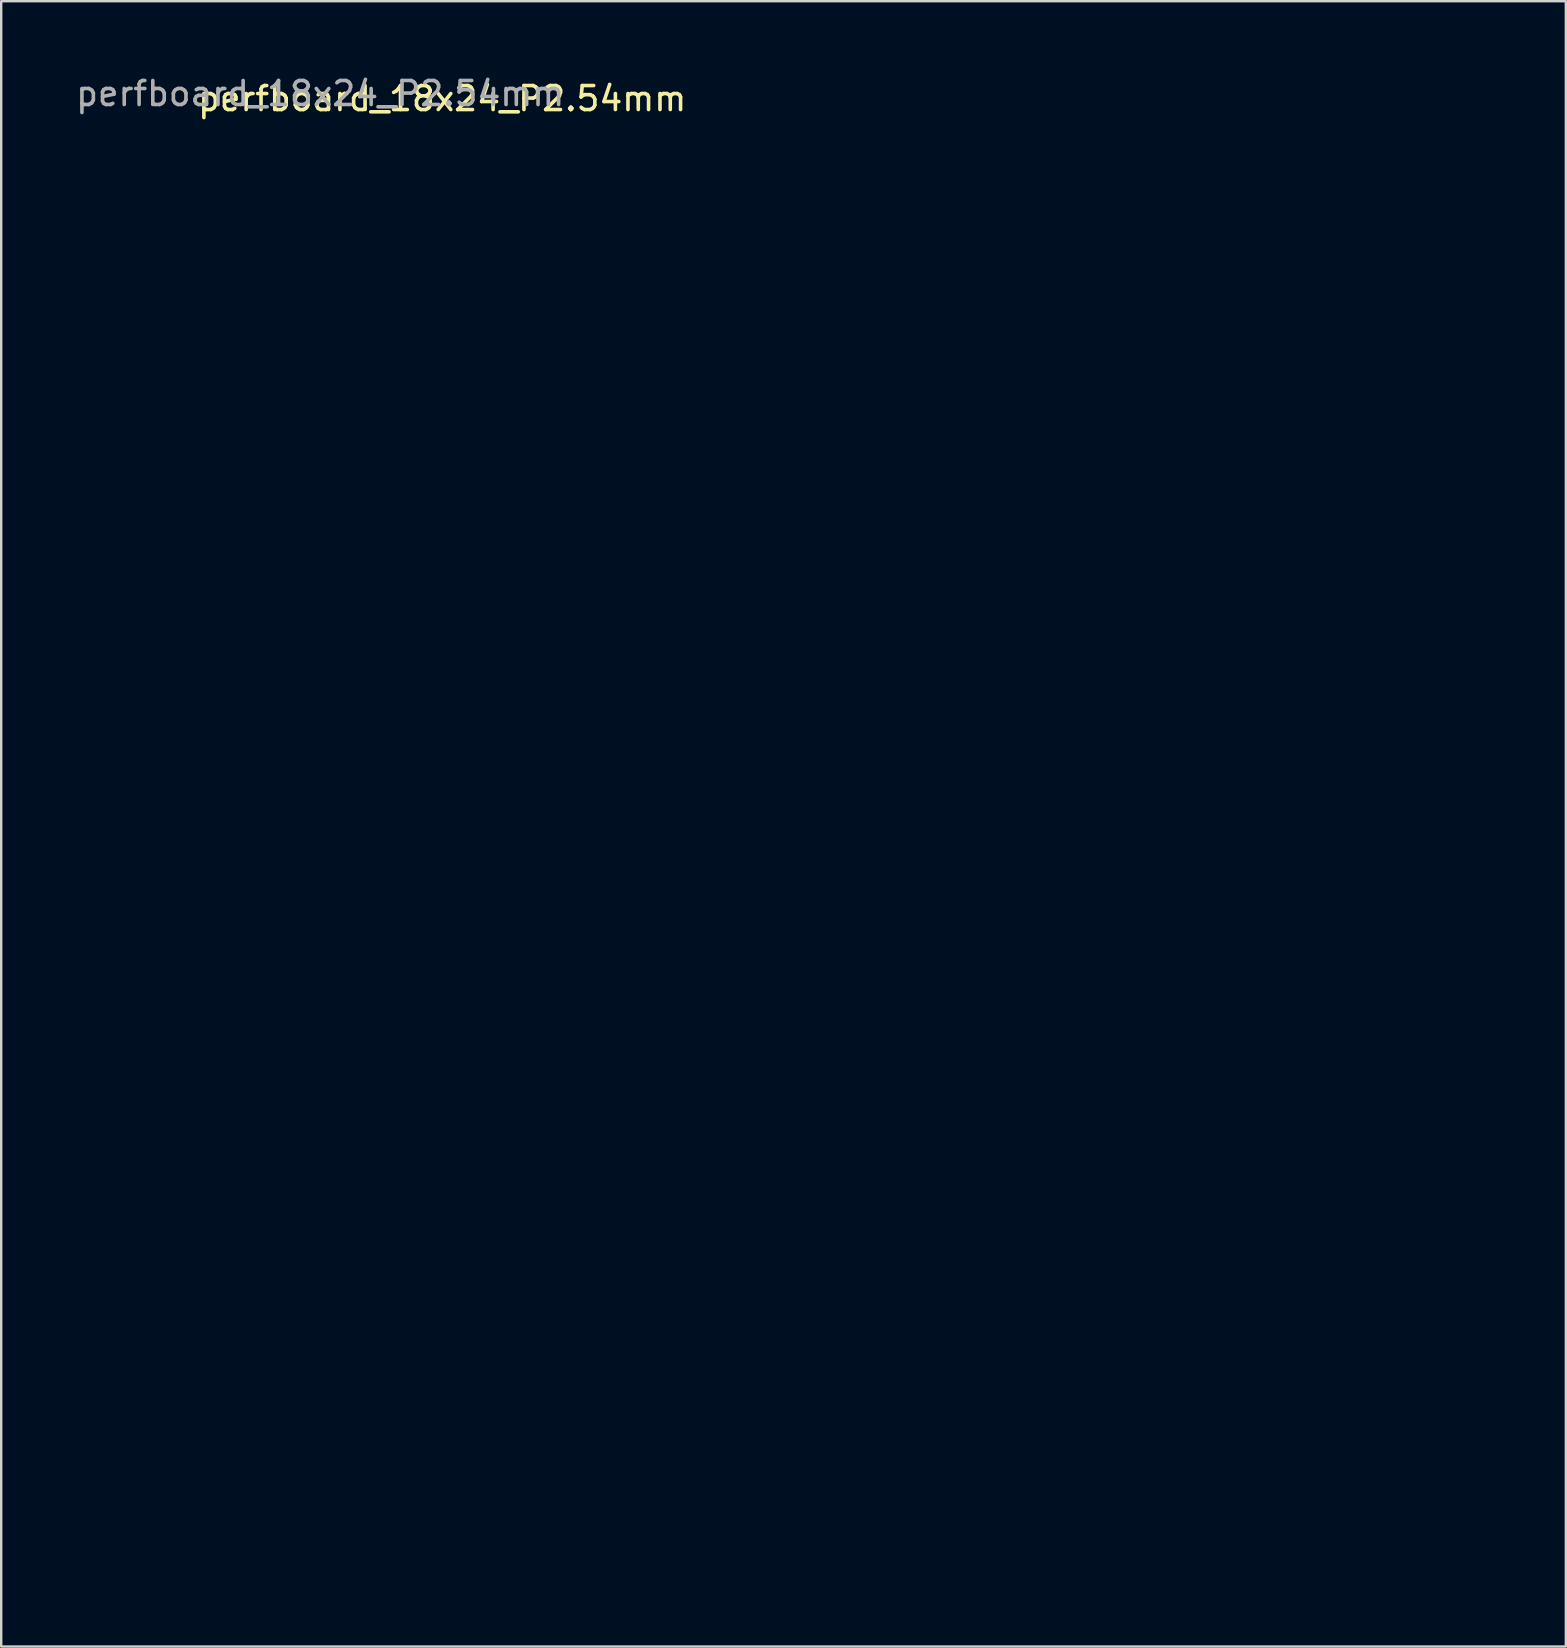
<source format=kicad_pcb>
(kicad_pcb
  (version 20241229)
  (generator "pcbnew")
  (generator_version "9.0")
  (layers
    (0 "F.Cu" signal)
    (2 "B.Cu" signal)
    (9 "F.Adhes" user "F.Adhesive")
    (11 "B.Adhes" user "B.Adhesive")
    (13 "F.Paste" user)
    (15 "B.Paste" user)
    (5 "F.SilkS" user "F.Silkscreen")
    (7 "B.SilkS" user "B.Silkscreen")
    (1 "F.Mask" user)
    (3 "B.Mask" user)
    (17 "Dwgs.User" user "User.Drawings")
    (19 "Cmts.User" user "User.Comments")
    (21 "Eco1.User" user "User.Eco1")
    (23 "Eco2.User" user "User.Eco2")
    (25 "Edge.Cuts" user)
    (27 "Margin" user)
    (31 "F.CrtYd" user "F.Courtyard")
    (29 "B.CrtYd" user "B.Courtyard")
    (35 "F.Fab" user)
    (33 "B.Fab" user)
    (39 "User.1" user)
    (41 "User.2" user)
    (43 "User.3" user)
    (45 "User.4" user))
  (footprint "perfboard_18x24_P2.54mm"
    (layer "F.Cu")
    (at 15.372 3.388)
    (property "Reference" "perfboard_18x24_P2.54mm" (at 0 -2.33 0) (layer "F.SilkS") (effects (font (size 1 1) (thickness 0.15))))
    (attr through_hole)
    (fp_circle (center -0.045 55.873) (end 0.463 55.619) (stroke (width 0.12) (type solid)) (fill no) (layer "User.9"))
    (fp_circle (center -0.045 58.406) (end 0.463 58.152) (stroke (width 0.12) (type solid)) (fill no) (layer "User.9"))
    (fp_circle (center -0.000193 27.939) (end 0.508 27.685) (stroke (width 0.12) (type solid)) (fill no) (layer "User.9"))
    (fp_circle (center -0.000193 30.48) (end 0.508 30.226) (stroke (width 0.12) (type solid)) (fill no) (layer "User.9"))
    (fp_circle (center -0.000193 33.02) (end 0.508 32.766) (stroke (width 0.12) (type solid)) (fill no) (layer "User.9"))
    (fp_circle (center -0.000193 35.56) (end 0.508 35.306) (stroke (width 0.12) (type solid)) (fill no) (layer "User.9"))
    (fp_circle (center -0.000193 38.035) (end 0.508 37.781) (stroke (width 0.12) (type solid)) (fill no) (layer "User.9"))
    (fp_circle (center -0.000193 40.575) (end 0.508 40.321) (stroke (width 0.12) (type solid)) (fill no) (layer "User.9"))
    (fp_circle (center -0.000193 43.115) (end 0.508 42.861) (stroke (width 0.12) (type solid)) (fill no) (layer "User.9"))
    (fp_circle (center -0.000193 48.196) (end 0.508 47.942) (stroke (width 0.12) (type solid)) (fill no) (layer "User.9"))
    (fp_circle (center -0.000193 50.736) (end 0.508 50.482) (stroke (width 0.12) (type solid)) (fill no) (layer "User.9"))
    (fp_circle (center 0 0) (end 0.508 -0.254) (stroke (width 0.12) (type solid)) (fill no) (layer "User.9"))
    (fp_circle (center 0 2.54) (end 0.508 2.286) (stroke (width 0.12) (type solid)) (fill no) (layer "User.9"))
    (fp_circle (center 0 5.07) (end 0.508 4.816) (stroke (width 0.12) (type solid)) (fill no) (layer "User.9"))
    (fp_circle (center 0 7.615) (end 0.508 7.361) (stroke (width 0.12) (type solid)) (fill no) (layer "User.9"))
    (fp_circle (center 0 10.159) (end 0.508 9.905) (stroke (width 0.12) (type solid)) (fill no) (layer "User.9"))
    (fp_circle (center 0 12.672) (end 0.508 12.418) (stroke (width 0.12) (type solid)) (fill no) (layer "User.9"))
    (fp_circle (center 0 15.24) (end 0.508 14.986) (stroke (width 0.12) (type solid)) (fill no) (layer "User.9"))
    (fp_circle (center 0 17.749) (end 0.508 17.495) (stroke (width 0.12) (type solid)) (fill no) (layer "User.9"))
    (fp_circle (center 0 20.293) (end 0.508 20.039) (stroke (width 0.12) (type solid)) (fill no) (layer "User.9"))
    (fp_circle (center 0 22.837) (end 0.508 22.583) (stroke (width 0.12) (type solid)) (fill no) (layer "User.9"))
    (fp_circle (center 0 25.381) (end 0.508 25.127) (stroke (width 0.12) (type solid)) (fill no) (layer "User.9"))
    (fp_circle (center 0 45.72) (end 0.508 45.466) (stroke (width 0.12) (type solid)) (fill no) (layer "User.9"))
    (fp_circle (center 0 53.34) (end 0.508 53.086) (stroke (width 0.12) (type solid)) (fill no) (layer "User.9"))
    (fp_circle (center 2.495 55.873) (end 3.003 55.619) (stroke (width 0.12) (type solid)) (fill no) (layer "User.9"))
    (fp_circle (center 2.495 58.406) (end 3.003 58.152) (stroke (width 0.12) (type solid)) (fill no) (layer "User.9"))
    (fp_circle (center 2.54 27.94) (end 3.048 27.686) (stroke (width 0.12) (type solid)) (fill no) (layer "User.9"))
    (fp_circle (center 2.54 30.48) (end 3.048 30.226) (stroke (width 0.12) (type solid)) (fill no) (layer "User.9"))
    (fp_circle (center 2.54 33.02) (end 3.048 32.766) (stroke (width 0.12) (type solid)) (fill no) (layer "User.9"))
    (fp_circle (center 2.54 35.56) (end 3.048 35.306) (stroke (width 0.12) (type solid)) (fill no) (layer "User.9"))
    (fp_circle (center 2.54 38.035) (end 3.048 37.781) (stroke (width 0.12) (type solid)) (fill no) (layer "User.9"))
    (fp_circle (center 2.54 40.576) (end 3.048 40.322) (stroke (width 0.12) (type solid)) (fill no) (layer "User.9"))
    (fp_circle (center 2.54 43.116) (end 3.048 42.862) (stroke (width 0.12) (type solid)) (fill no) (layer "User.9"))
    (fp_circle (center 2.54 48.196) (end 3.048 47.942) (stroke (width 0.12) (type solid)) (fill no) (layer "User.9"))
    (fp_circle (center 2.54 50.736) (end 3.048 50.482) (stroke (width 0.12) (type solid)) (fill no) (layer "User.9"))
    (fp_circle (center 2.54 0.000387) (end 3.048 -0.254) (stroke (width 0.12) (type solid)) (fill no) (layer "User.9"))
    (fp_circle (center 2.54 2.54) (end 3.048 2.286) (stroke (width 0.12) (type solid)) (fill no) (layer "User.9"))
    (fp_circle (center 2.54 5.071) (end 3.048 4.817) (stroke (width 0.12) (type solid)) (fill no) (layer "User.9"))
    (fp_circle (center 2.54 7.615) (end 3.048 7.361) (stroke (width 0.12) (type solid)) (fill no) (layer "User.9"))
    (fp_circle (center 2.54 10.159) (end 3.048 9.905) (stroke (width 0.12) (type solid)) (fill no) (layer "User.9"))
    (fp_circle (center 2.54 12.672) (end 3.048 12.418) (stroke (width 0.12) (type solid)) (fill no) (layer "User.9"))
    (fp_circle (center 2.54 15.24) (end 3.048 14.986) (stroke (width 0.12) (type solid)) (fill no) (layer "User.9"))
    (fp_circle (center 2.54 17.749) (end 3.048 17.495) (stroke (width 0.12) (type solid)) (fill no) (layer "User.9"))
    (fp_circle (center 2.54 20.293) (end 3.048 20.039) (stroke (width 0.12) (type solid)) (fill no) (layer "User.9"))
    (fp_circle (center 2.54 22.838) (end 3.048 22.584) (stroke (width 0.12) (type solid)) (fill no) (layer "User.9"))
    (fp_circle (center 2.54 25.382) (end 3.048 25.128) (stroke (width 0.12) (type solid)) (fill no) (layer "User.9"))
    (fp_circle (center 2.54 45.72) (end 3.048 45.466) (stroke (width 0.12) (type solid)) (fill no) (layer "User.9"))
    (fp_circle (center 2.54 53.34) (end 3.048 53.086) (stroke (width 0.12) (type solid)) (fill no) (layer "User.9"))
    (fp_circle (center 4.949 55.873) (end 5.457 55.619) (stroke (width 0.12) (type solid)) (fill no) (layer "User.9"))
    (fp_circle (center 4.949 58.406) (end 5.457 58.152) (stroke (width 0.12) (type solid)) (fill no) (layer "User.9"))
    (fp_circle (center 4.994 27.94) (end 5.502 27.686) (stroke (width 0.12) (type solid)) (fill no) (layer "User.9"))
    (fp_circle (center 4.994 30.48) (end 5.502 30.226) (stroke (width 0.12) (type solid)) (fill no) (layer "User.9"))
    (fp_circle (center 4.994 33.02) (end 5.502 32.766) (stroke (width 0.12) (type solid)) (fill no) (layer "User.9"))
    (fp_circle (center 4.994 35.56) (end 5.502 35.306) (stroke (width 0.12) (type solid)) (fill no) (layer "User.9"))
    (fp_circle (center 4.994 38.035) (end 5.502 37.781) (stroke (width 0.12) (type solid)) (fill no) (layer "User.9"))
    (fp_circle (center 4.994 40.576) (end 5.502 40.322) (stroke (width 0.12) (type solid)) (fill no) (layer "User.9"))
    (fp_circle (center 4.994 43.116) (end 5.502 42.862) (stroke (width 0.12) (type solid)) (fill no) (layer "User.9"))
    (fp_circle (center 4.994 48.196) (end 5.502 47.942) (stroke (width 0.12) (type solid)) (fill no) (layer "User.9"))
    (fp_circle (center 4.994 50.736) (end 5.502 50.482) (stroke (width 0.12) (type solid)) (fill no) (layer "User.9"))
    (fp_circle (center 4.994 0.000386) (end 5.502 -0.254) (stroke (width 0.12) (type solid)) (fill no) (layer "User.9"))
    (fp_circle (center 4.994 2.54) (end 5.502 2.286) (stroke (width 0.12) (type solid)) (fill no) (layer "User.9"))
    (fp_circle (center 4.994 5.071) (end 5.502 4.817) (stroke (width 0.12) (type solid)) (fill no) (layer "User.9"))
    (fp_circle (center 4.994 7.615) (end 5.502 7.361) (stroke (width 0.12) (type solid)) (fill no) (layer "User.9"))
    (fp_circle (center 4.994 10.159) (end 5.502 9.905) (stroke (width 0.12) (type solid)) (fill no) (layer "User.9"))
    (fp_circle (center 4.994 12.672) (end 5.502 12.418) (stroke (width 0.12) (type solid)) (fill no) (layer "User.9"))
    (fp_circle (center 4.994 15.24) (end 5.502 14.986) (stroke (width 0.12) (type solid)) (fill no) (layer "User.9"))
    (fp_circle (center 4.994 17.749) (end 5.502 17.495) (stroke (width 0.12) (type solid)) (fill no) (layer "User.9"))
    (fp_circle (center 4.994 20.293) (end 5.502 20.039) (stroke (width 0.12) (type solid)) (fill no) (layer "User.9"))
    (fp_circle (center 4.994 22.838) (end 5.502 22.584) (stroke (width 0.12) (type solid)) (fill no) (layer "User.9"))
    (fp_circle (center 4.994 25.382) (end 5.502 25.128) (stroke (width 0.12) (type solid)) (fill no) (layer "User.9"))
    (fp_circle (center 4.994 45.72) (end 5.502 45.466) (stroke (width 0.12) (type solid)) (fill no) (layer "User.9"))
    (fp_circle (center 4.994 53.34) (end 5.502 53.086) (stroke (width 0.12) (type solid)) (fill no) (layer "User.9"))
    (fp_circle (center 7.575 55.873) (end 8.083 55.619) (stroke (width 0.12) (type solid)) (fill no) (layer "User.9"))
    (fp_circle (center 7.575 58.406) (end 8.083 58.152) (stroke (width 0.12) (type solid)) (fill no) (layer "User.9"))
    (fp_circle (center 7.62 27.94) (end 8.128 27.686) (stroke (width 0.12) (type solid)) (fill no) (layer "User.9"))
    (fp_circle (center 7.62 30.48) (end 8.128 30.226) (stroke (width 0.12) (type solid)) (fill no) (layer "User.9"))
    (fp_circle (center 7.62 33.02) (end 8.128 32.766) (stroke (width 0.12) (type solid)) (fill no) (layer "User.9"))
    (fp_circle (center 7.62 35.56) (end 8.128 35.306) (stroke (width 0.12) (type solid)) (fill no) (layer "User.9"))
    (fp_circle (center 7.62 38.035) (end 8.128 37.781) (stroke (width 0.12) (type solid)) (fill no) (layer "User.9"))
    (fp_circle (center 7.62 40.576) (end 8.128 40.322) (stroke (width 0.12) (type solid)) (fill no) (layer "User.9"))
    (fp_circle (center 7.62 43.116) (end 8.128 42.862) (stroke (width 0.12) (type solid)) (fill no) (layer "User.9"))
    (fp_circle (center 7.62 48.196) (end 8.128 47.942) (stroke (width 0.12) (type solid)) (fill no) (layer "User.9"))
    (fp_circle (center 7.62 50.736) (end 8.128 50.482) (stroke (width 0.12) (type solid)) (fill no) (layer "User.9"))
    (fp_circle (center 7.62 0.000386) (end 8.128 -0.254) (stroke (width 0.12) (type solid)) (fill no) (layer "User.9"))
    (fp_circle (center 7.62 2.54) (end 8.128 2.286) (stroke (width 0.12) (type solid)) (fill no) (layer "User.9"))
    (fp_circle (center 7.62 5.071) (end 8.128 4.817) (stroke (width 0.12) (type solid)) (fill no) (layer "User.9"))
    (fp_circle (center 7.62 7.615) (end 8.128 7.361) (stroke (width 0.12) (type solid)) (fill no) (layer "User.9"))
    (fp_circle (center 7.62 10.159) (end 8.128 9.905) (stroke (width 0.12) (type solid)) (fill no) (layer "User.9"))
    (fp_circle (center 7.62 12.672) (end 8.128 12.418) (stroke (width 0.12) (type solid)) (fill no) (layer "User.9"))
    (fp_circle (center 7.62 15.24) (end 8.128 14.986) (stroke (width 0.12) (type solid)) (fill no) (layer "User.9"))
    (fp_circle (center 7.62 17.749) (end 8.128 17.495) (stroke (width 0.12) (type solid)) (fill no) (layer "User.9"))
    (fp_circle (center 7.62 20.293) (end 8.128 20.039) (stroke (width 0.12) (type solid)) (fill no) (layer "User.9"))
    (fp_circle (center 7.62 22.838) (end 8.128 22.584) (stroke (width 0.12) (type solid)) (fill no) (layer "User.9"))
    (fp_circle (center 7.62 25.382) (end 8.128 25.128) (stroke (width 0.12) (type solid)) (fill no) (layer "User.9"))
    (fp_circle (center 7.62 45.72) (end 8.128 45.466) (stroke (width 0.12) (type solid)) (fill no) (layer "User.9"))
    (fp_circle (center 7.62 53.34) (end 8.128 53.086) (stroke (width 0.12) (type solid)) (fill no) (layer "User.9"))
    (fp_circle (center 10.115 55.873) (end 10.623 55.619) (stroke (width 0.12) (type solid)) (fill no) (layer "User.9"))
    (fp_circle (center 10.115 58.406) (end 10.623 58.152) (stroke (width 0.12) (type solid)) (fill no) (layer "User.9"))
    (fp_circle (center 10.16 27.94) (end 10.668 27.686) (stroke (width 0.12) (type solid)) (fill no) (layer "User.9"))
    (fp_circle (center 10.16 30.48) (end 10.668 30.226) (stroke (width 0.12) (type solid)) (fill no) (layer "User.9"))
    (fp_circle (center 10.16 33.02) (end 10.668 32.766) (stroke (width 0.12) (type solid)) (fill no) (layer "User.9"))
    (fp_circle (center 10.16 35.56) (end 10.668 35.306) (stroke (width 0.12) (type solid)) (fill no) (layer "User.9"))
    (fp_circle (center 10.16 38.035) (end 10.668 37.781) (stroke (width 0.12) (type solid)) (fill no) (layer "User.9"))
    (fp_circle (center 10.16 40.576) (end 10.668 40.322) (stroke (width 0.12) (type solid)) (fill no) (layer "User.9"))
    (fp_circle (center 10.16 43.116) (end 10.668 42.862) (stroke (width 0.12) (type solid)) (fill no) (layer "User.9"))
    (fp_circle (center 10.16 48.196) (end 10.668 47.942) (stroke (width 0.12) (type solid)) (fill no) (layer "User.9"))
    (fp_circle (center 10.16 50.736) (end 10.668 50.482) (stroke (width 0.12) (type solid)) (fill no) (layer "User.9"))
    (fp_circle (center 10.16 0.000386) (end 10.668 -0.254) (stroke (width 0.12) (type solid)) (fill no) (layer "User.9"))
    (fp_circle (center 10.16 2.54) (end 10.668 2.286) (stroke (width 0.12) (type solid)) (fill no) (layer "User.9"))
    (fp_circle (center 10.16 5.071) (end 10.668 4.817) (stroke (width 0.12) (type solid)) (fill no) (layer "User.9"))
    (fp_circle (center 10.16 7.615) (end 10.668 7.361) (stroke (width 0.12) (type solid)) (fill no) (layer "User.9"))
    (fp_circle (center 10.16 10.159) (end 10.668 9.905) (stroke (width 0.12) (type solid)) (fill no) (layer "User.9"))
    (fp_circle (center 10.16 12.672) (end 10.668 12.418) (stroke (width 0.12) (type solid)) (fill no) (layer "User.9"))
    (fp_circle (center 10.16 15.24) (end 10.668 14.986) (stroke (width 0.12) (type solid)) (fill no) (layer "User.9"))
    (fp_circle (center 10.16 17.749) (end 10.668 17.495) (stroke (width 0.12) (type solid)) (fill no) (layer "User.9"))
    (fp_circle (center 10.16 20.293) (end 10.668 20.039) (stroke (width 0.12) (type solid)) (fill no) (layer "User.9"))
    (fp_circle (center 10.16 22.838) (end 10.668 22.584) (stroke (width 0.12) (type solid)) (fill no) (layer "User.9"))
    (fp_circle (center 10.16 25.382) (end 10.668 25.128) (stroke (width 0.12) (type solid)) (fill no) (layer "User.9"))
    (fp_circle (center 10.16 45.72) (end 10.668 45.466) (stroke (width 0.12) (type solid)) (fill no) (layer "User.9"))
    (fp_circle (center 10.16 53.34) (end 10.668 53.086) (stroke (width 0.12) (type solid)) (fill no) (layer "User.9"))
    (fp_circle (center 12.655 55.873) (end 13.163 55.619) (stroke (width 0.12) (type solid)) (fill no) (layer "User.9"))
    (fp_circle (center 12.655 58.406) (end 13.163 58.152) (stroke (width 0.12) (type solid)) (fill no) (layer "User.9"))
    (fp_circle (center 12.7 27.94) (end 13.208 27.686) (stroke (width 0.12) (type solid)) (fill no) (layer "User.9"))
    (fp_circle (center 12.7 30.48) (end 13.208 30.226) (stroke (width 0.12) (type solid)) (fill no) (layer "User.9"))
    (fp_circle (center 12.7 33.02) (end 13.208 32.766) (stroke (width 0.12) (type solid)) (fill no) (layer "User.9"))
    (fp_circle (center 12.7 35.56) (end 13.208 35.306) (stroke (width 0.12) (type solid)) (fill no) (layer "User.9"))
    (fp_circle (center 12.7 38.035) (end 13.208 37.781) (stroke (width 0.12) (type solid)) (fill no) (layer "User.9"))
    (fp_circle (center 12.7 40.576) (end 13.208 40.322) (stroke (width 0.12) (type solid)) (fill no) (layer "User.9"))
    (fp_circle (center 12.7 43.116) (end 13.208 42.862) (stroke (width 0.12) (type solid)) (fill no) (layer "User.9"))
    (fp_circle (center 12.7 48.196) (end 13.208 47.942) (stroke (width 0.12) (type solid)) (fill no) (layer "User.9"))
    (fp_circle (center 12.7 50.736) (end 13.208 50.482) (stroke (width 0.12) (type solid)) (fill no) (layer "User.9"))
    (fp_circle (center 12.7 0.000386) (end 13.208 -0.254) (stroke (width 0.12) (type solid)) (fill no) (layer "User.9"))
    (fp_circle (center 12.7 2.54) (end 13.208 2.286) (stroke (width 0.12) (type solid)) (fill no) (layer "User.9"))
    (fp_circle (center 12.7 5.071) (end 13.208 4.817) (stroke (width 0.12) (type solid)) (fill no) (layer "User.9"))
    (fp_circle (center 12.7 7.615) (end 13.208 7.361) (stroke (width 0.12) (type solid)) (fill no) (layer "User.9"))
    (fp_circle (center 12.7 10.159) (end 13.208 9.905) (stroke (width 0.12) (type solid)) (fill no) (layer "User.9"))
    (fp_circle (center 12.7 12.672) (end 13.208 12.418) (stroke (width 0.12) (type solid)) (fill no) (layer "User.9"))
    (fp_circle (center 12.7 15.24) (end 13.208 14.986) (stroke (width 0.12) (type solid)) (fill no) (layer "User.9"))
    (fp_circle (center 12.7 17.749) (end 13.208 17.495) (stroke (width 0.12) (type solid)) (fill no) (layer "User.9"))
    (fp_circle (center 12.7 20.293) (end 13.208 20.039) (stroke (width 0.12) (type solid)) (fill no) (layer "User.9"))
    (fp_circle (center 12.7 22.838) (end 13.208 22.584) (stroke (width 0.12) (type solid)) (fill no) (layer "User.9"))
    (fp_circle (center 12.7 25.382) (end 13.208 25.128) (stroke (width 0.12) (type solid)) (fill no) (layer "User.9"))
    (fp_circle (center 12.7 45.72) (end 13.208 45.466) (stroke (width 0.12) (type solid)) (fill no) (layer "User.9"))
    (fp_circle (center 12.7 53.34) (end 13.208 53.086) (stroke (width 0.12) (type solid)) (fill no) (layer "User.9"))
    (fp_circle (center 15.195 55.873) (end 15.703 55.619) (stroke (width 0.12) (type solid)) (fill no) (layer "User.9"))
    (fp_circle (center 15.195 58.406) (end 15.703 58.152) (stroke (width 0.12) (type solid)) (fill no) (layer "User.9"))
    (fp_circle (center 15.24 27.94) (end 15.748 27.686) (stroke (width 0.12) (type solid)) (fill no) (layer "User.9"))
    (fp_circle (center 15.24 30.48) (end 15.748 30.226) (stroke (width 0.12) (type solid)) (fill no) (layer "User.9"))
    (fp_circle (center 15.24 33.02) (end 15.748 32.766) (stroke (width 0.12) (type solid)) (fill no) (layer "User.9"))
    (fp_circle (center 15.24 35.56) (end 15.748 35.306) (stroke (width 0.12) (type solid)) (fill no) (layer "User.9"))
    (fp_circle (center 15.24 38.035) (end 15.748 37.781) (stroke (width 0.12) (type solid)) (fill no) (layer "User.9"))
    (fp_circle (center 15.24 40.576) (end 15.748 40.322) (stroke (width 0.12) (type solid)) (fill no) (layer "User.9"))
    (fp_circle (center 15.24 43.116) (end 15.748 42.862) (stroke (width 0.12) (type solid)) (fill no) (layer "User.9"))
    (fp_circle (center 15.24 48.196) (end 15.748 47.942) (stroke (width 0.12) (type solid)) (fill no) (layer "User.9"))
    (fp_circle (center 15.24 50.736) (end 15.748 50.482) (stroke (width 0.12) (type solid)) (fill no) (layer "User.9"))
    (fp_circle (center 15.24 0.000386) (end 15.748 -0.254) (stroke (width 0.12) (type solid)) (fill no) (layer "User.9"))
    (fp_circle (center 15.24 2.54) (end 15.748 2.286) (stroke (width 0.12) (type solid)) (fill no) (layer "User.9"))
    (fp_circle (center 15.24 5.071) (end 15.748 4.817) (stroke (width 0.12) (type solid)) (fill no) (layer "User.9"))
    (fp_circle (center 15.24 7.615) (end 15.748 7.361) (stroke (width 0.12) (type solid)) (fill no) (layer "User.9"))
    (fp_circle (center 15.24 10.159) (end 15.748 9.905) (stroke (width 0.12) (type solid)) (fill no) (layer "User.9"))
    (fp_circle (center 15.24 12.672) (end 15.748 12.418) (stroke (width 0.12) (type solid)) (fill no) (layer "User.9"))
    (fp_circle (center 15.24 15.24) (end 15.748 14.986) (stroke (width 0.12) (type solid)) (fill no) (layer "User.9"))
    (fp_circle (center 15.24 17.749) (end 15.748 17.495) (stroke (width 0.12) (type solid)) (fill no) (layer "User.9"))
    (fp_circle (center 15.24 20.293) (end 15.748 20.039) (stroke (width 0.12) (type solid)) (fill no) (layer "User.9"))
    (fp_circle (center 15.24 22.838) (end 15.748 22.584) (stroke (width 0.12) (type solid)) (fill no) (layer "User.9"))
    (fp_circle (center 15.24 25.382) (end 15.748 25.128) (stroke (width 0.12) (type solid)) (fill no) (layer "User.9"))
    (fp_circle (center 15.24 45.72) (end 15.748 45.466) (stroke (width 0.12) (type solid)) (fill no) (layer "User.9"))
    (fp_circle (center 15.24 53.34) (end 15.748 53.086) (stroke (width 0.12) (type solid)) (fill no) (layer "User.9"))
    (fp_circle (center 17.735 55.873) (end 18.243 55.619) (stroke (width 0.12) (type solid)) (fill no) (layer "User.9"))
    (fp_circle (center 17.735 58.406) (end 18.243 58.152) (stroke (width 0.12) (type solid)) (fill no) (layer "User.9"))
    (fp_circle (center 17.78 27.94) (end 18.288 27.686) (stroke (width 0.12) (type solid)) (fill no) (layer "User.9"))
    (fp_circle (center 17.78 30.48) (end 18.288 30.226) (stroke (width 0.12) (type solid)) (fill no) (layer "User.9"))
    (fp_circle (center 17.78 33.02) (end 18.288 32.766) (stroke (width 0.12) (type solid)) (fill no) (layer "User.9"))
    (fp_circle (center 17.78 35.56) (end 18.288 35.306) (stroke (width 0.12) (type solid)) (fill no) (layer "User.9"))
    (fp_circle (center 17.78 38.035) (end 18.288 37.781) (stroke (width 0.12) (type solid)) (fill no) (layer "User.9"))
    (fp_circle (center 17.78 40.576) (end 18.288 40.322) (stroke (width 0.12) (type solid)) (fill no) (layer "User.9"))
    (fp_circle (center 17.78 43.116) (end 18.288 42.862) (stroke (width 0.12) (type solid)) (fill no) (layer "User.9"))
    (fp_circle (center 17.78 48.196) (end 18.288 47.942) (stroke (width 0.12) (type solid)) (fill no) (layer "User.9"))
    (fp_circle (center 17.78 50.736) (end 18.288 50.482) (stroke (width 0.12) (type solid)) (fill no) (layer "User.9"))
    (fp_circle (center 17.78 0.000386) (end 18.288 -0.254) (stroke (width 0.12) (type solid)) (fill no) (layer "User.9"))
    (fp_circle (center 17.78 2.54) (end 18.288 2.286) (stroke (width 0.12) (type solid)) (fill no) (layer "User.9"))
    (fp_circle (center 17.78 5.071) (end 18.288 4.817) (stroke (width 0.12) (type solid)) (fill no) (layer "User.9"))
    (fp_circle (center 17.78 7.615) (end 18.288 7.361) (stroke (width 0.12) (type solid)) (fill no) (layer "User.9"))
    (fp_circle (center 17.78 10.159) (end 18.288 9.905) (stroke (width 0.12) (type solid)) (fill no) (layer "User.9"))
    (fp_circle (center 17.78 12.672) (end 18.288 12.418) (stroke (width 0.12) (type solid)) (fill no) (layer "User.9"))
    (fp_circle (center 17.78 15.24) (end 18.288 14.986) (stroke (width 0.12) (type solid)) (fill no) (layer "User.9"))
    (fp_circle (center 17.78 17.749) (end 18.288 17.495) (stroke (width 0.12) (type solid)) (fill no) (layer "User.9"))
    (fp_circle (center 17.78 20.293) (end 18.288 20.039) (stroke (width 0.12) (type solid)) (fill no) (layer "User.9"))
    (fp_circle (center 17.78 22.838) (end 18.288 22.584) (stroke (width 0.12) (type solid)) (fill no) (layer "User.9"))
    (fp_circle (center 17.78 25.382) (end 18.288 25.128) (stroke (width 0.12) (type solid)) (fill no) (layer "User.9"))
    (fp_circle (center 17.78 45.72) (end 18.288 45.466) (stroke (width 0.12) (type solid)) (fill no) (layer "User.9"))
    (fp_circle (center 17.78 53.34) (end 18.288 53.086) (stroke (width 0.12) (type solid)) (fill no) (layer "User.9"))
    (fp_circle (center 20.275 55.873) (end 20.783 55.619) (stroke (width 0.12) (type solid)) (fill no) (layer "User.9"))
    (fp_circle (center 20.275 58.406) (end 20.783 58.152) (stroke (width 0.12) (type solid)) (fill no) (layer "User.9"))
    (fp_circle (center 20.32 27.94) (end 20.828 27.686) (stroke (width 0.12) (type solid)) (fill no) (layer "User.9"))
    (fp_circle (center 20.32 30.48) (end 20.828 30.226) (stroke (width 0.12) (type solid)) (fill no) (layer "User.9"))
    (fp_circle (center 20.32 33.02) (end 20.828 32.766) (stroke (width 0.12) (type solid)) (fill no) (layer "User.9"))
    (fp_circle (center 20.32 35.56) (end 20.828 35.306) (stroke (width 0.12) (type solid)) (fill no) (layer "User.9"))
    (fp_circle (center 20.32 38.035) (end 20.828 37.781) (stroke (width 0.12) (type solid)) (fill no) (layer "User.9"))
    (fp_circle (center 20.32 40.576) (end 20.828 40.322) (stroke (width 0.12) (type solid)) (fill no) (layer "User.9"))
    (fp_circle (center 20.32 43.116) (end 20.828 42.862) (stroke (width 0.12) (type solid)) (fill no) (layer "User.9"))
    (fp_circle (center 20.32 48.196) (end 20.828 47.942) (stroke (width 0.12) (type solid)) (fill no) (layer "User.9"))
    (fp_circle (center 20.32 50.736) (end 20.828 50.482) (stroke (width 0.12) (type solid)) (fill no) (layer "User.9"))
    (fp_circle (center 20.32 0.000386) (end 20.828 -0.254) (stroke (width 0.12) (type solid)) (fill no) (layer "User.9"))
    (fp_circle (center 20.32 2.54) (end 20.828 2.286) (stroke (width 0.12) (type solid)) (fill no) (layer "User.9"))
    (fp_circle (center 20.32 5.071) (end 20.828 4.817) (stroke (width 0.12) (type solid)) (fill no) (layer "User.9"))
    (fp_circle (center 20.32 7.615) (end 20.828 7.361) (stroke (width 0.12) (type solid)) (fill no) (layer "User.9"))
    (fp_circle (center 20.32 10.159) (end 20.828 9.905) (stroke (width 0.12) (type solid)) (fill no) (layer "User.9"))
    (fp_circle (center 20.32 12.672) (end 20.828 12.418) (stroke (width 0.12) (type solid)) (fill no) (layer "User.9"))
    (fp_circle (center 20.32 15.24) (end 20.828 14.986) (stroke (width 0.12) (type solid)) (fill no) (layer "User.9"))
    (fp_circle (center 20.32 17.749) (end 20.828 17.495) (stroke (width 0.12) (type solid)) (fill no) (layer "User.9"))
    (fp_circle (center 20.32 20.293) (end 20.828 20.039) (stroke (width 0.12) (type solid)) (fill no) (layer "User.9"))
    (fp_circle (center 20.32 22.838) (end 20.828 22.584) (stroke (width 0.12) (type solid)) (fill no) (layer "User.9"))
    (fp_circle (center 20.32 25.382) (end 20.828 25.128) (stroke (width 0.12) (type solid)) (fill no) (layer "User.9"))
    (fp_circle (center 20.32 45.72) (end 20.828 45.466) (stroke (width 0.12) (type solid)) (fill no) (layer "User.9"))
    (fp_circle (center 20.32 53.34) (end 20.828 53.086) (stroke (width 0.12) (type solid)) (fill no) (layer "User.9"))
    (fp_circle (center 22.815 55.873) (end 23.323 55.619) (stroke (width 0.12) (type solid)) (fill no) (layer "User.9"))
    (fp_circle (center 22.815 58.406) (end 23.323 58.152) (stroke (width 0.12) (type solid)) (fill no) (layer "User.9"))
    (fp_circle (center 22.86 27.94) (end 23.368 27.686) (stroke (width 0.12) (type solid)) (fill no) (layer "User.9"))
    (fp_circle (center 22.86 30.48) (end 23.368 30.226) (stroke (width 0.12) (type solid)) (fill no) (layer "User.9"))
    (fp_circle (center 22.86 33.02) (end 23.368 32.766) (stroke (width 0.12) (type solid)) (fill no) (layer "User.9"))
    (fp_circle (center 22.86 35.56) (end 23.368 35.306) (stroke (width 0.12) (type solid)) (fill no) (layer "User.9"))
    (fp_circle (center 22.86 38.035) (end 23.368 37.781) (stroke (width 0.12) (type solid)) (fill no) (layer "User.9"))
    (fp_circle (center 22.86 40.576) (end 23.368 40.322) (stroke (width 0.12) (type solid)) (fill no) (layer "User.9"))
    (fp_circle (center 22.86 43.116) (end 23.368 42.862) (stroke (width 0.12) (type solid)) (fill no) (layer "User.9"))
    (fp_circle (center 22.86 48.196) (end 23.368 47.942) (stroke (width 0.12) (type solid)) (fill no) (layer "User.9"))
    (fp_circle (center 22.86 50.736) (end 23.368 50.482) (stroke (width 0.12) (type solid)) (fill no) (layer "User.9"))
    (fp_circle (center 22.86 0.000386) (end 23.368 -0.254) (stroke (width 0.12) (type solid)) (fill no) (layer "User.9"))
    (fp_circle (center 22.86 2.54) (end 23.368 2.286) (stroke (width 0.12) (type solid)) (fill no) (layer "User.9"))
    (fp_circle (center 22.86 5.071) (end 23.368 4.817) (stroke (width 0.12) (type solid)) (fill no) (layer "User.9"))
    (fp_circle (center 22.86 7.615) (end 23.368 7.361) (stroke (width 0.12) (type solid)) (fill no) (layer "User.9"))
    (fp_circle (center 22.86 10.159) (end 23.368 9.905) (stroke (width 0.12) (type solid)) (fill no) (layer "User.9"))
    (fp_circle (center 22.86 12.672) (end 23.368 12.418) (stroke (width 0.12) (type solid)) (fill no) (layer "User.9"))
    (fp_circle (center 22.86 15.24) (end 23.368 14.986) (stroke (width 0.12) (type solid)) (fill no) (layer "User.9"))
    (fp_circle (center 22.86 17.749) (end 23.368 17.495) (stroke (width 0.12) (type solid)) (fill no) (layer "User.9"))
    (fp_circle (center 22.86 20.293) (end 23.368 20.039) (stroke (width 0.12) (type solid)) (fill no) (layer "User.9"))
    (fp_circle (center 22.86 22.838) (end 23.368 22.584) (stroke (width 0.12) (type solid)) (fill no) (layer "User.9"))
    (fp_circle (center 22.86 25.382) (end 23.368 25.128) (stroke (width 0.12) (type solid)) (fill no) (layer "User.9"))
    (fp_circle (center 22.86 45.72) (end 23.368 45.466) (stroke (width 0.12) (type solid)) (fill no) (layer "User.9"))
    (fp_circle (center 22.86 53.34) (end 23.368 53.086) (stroke (width 0.12) (type solid)) (fill no) (layer "User.9"))
    (fp_circle (center 25.355 55.873) (end 25.863 55.619) (stroke (width 0.12) (type solid)) (fill no) (layer "User.9"))
    (fp_circle (center 25.355 58.406) (end 25.863 58.152) (stroke (width 0.12) (type solid)) (fill no) (layer "User.9"))
    (fp_circle (center 25.4 27.94) (end 25.908 27.686) (stroke (width 0.12) (type solid)) (fill no) (layer "User.9"))
    (fp_circle (center 25.4 30.48) (end 25.908 30.226) (stroke (width 0.12) (type solid)) (fill no) (layer "User.9"))
    (fp_circle (center 25.4 33.02) (end 25.908 32.766) (stroke (width 0.12) (type solid)) (fill no) (layer "User.9"))
    (fp_circle (center 25.4 35.56) (end 25.908 35.306) (stroke (width 0.12) (type solid)) (fill no) (layer "User.9"))
    (fp_circle (center 25.4 38.035) (end 25.908 37.781) (stroke (width 0.12) (type solid)) (fill no) (layer "User.9"))
    (fp_circle (center 25.4 40.576) (end 25.908 40.322) (stroke (width 0.12) (type solid)) (fill no) (layer "User.9"))
    (fp_circle (center 25.4 43.116) (end 25.908 42.862) (stroke (width 0.12) (type solid)) (fill no) (layer "User.9"))
    (fp_circle (center 25.4 48.196) (end 25.908 47.942) (stroke (width 0.12) (type solid)) (fill no) (layer "User.9"))
    (fp_circle (center 25.4 50.736) (end 25.908 50.482) (stroke (width 0.12) (type solid)) (fill no) (layer "User.9"))
    (fp_circle (center 25.4 0.000386) (end 25.908 -0.254) (stroke (width 0.12) (type solid)) (fill no) (layer "User.9"))
    (fp_circle (center 25.4 2.54) (end 25.908 2.286) (stroke (width 0.12) (type solid)) (fill no) (layer "User.9"))
    (fp_circle (center 25.4 5.071) (end 25.908 4.817) (stroke (width 0.12) (type solid)) (fill no) (layer "User.9"))
    (fp_circle (center 25.4 7.615) (end 25.908 7.361) (stroke (width 0.12) (type solid)) (fill no) (layer "User.9"))
    (fp_circle (center 25.4 10.159) (end 25.908 9.905) (stroke (width 0.12) (type solid)) (fill no) (layer "User.9"))
    (fp_circle (center 25.4 12.672) (end 25.908 12.418) (stroke (width 0.12) (type solid)) (fill no) (layer "User.9"))
    (fp_circle (center 25.4 15.24) (end 25.908 14.986) (stroke (width 0.12) (type solid)) (fill no) (layer "User.9"))
    (fp_circle (center 25.4 17.749) (end 25.908 17.495) (stroke (width 0.12) (type solid)) (fill no) (layer "User.9"))
    (fp_circle (center 25.4 20.293) (end 25.908 20.039) (stroke (width 0.12) (type solid)) (fill no) (layer "User.9"))
    (fp_circle (center 25.4 22.838) (end 25.908 22.584) (stroke (width 0.12) (type solid)) (fill no) (layer "User.9"))
    (fp_circle (center 25.4 25.382) (end 25.908 25.128) (stroke (width 0.12) (type solid)) (fill no) (layer "User.9"))
    (fp_circle (center 25.4 45.72) (end 25.908 45.466) (stroke (width 0.12) (type solid)) (fill no) (layer "User.9"))
    (fp_circle (center 25.4 53.34) (end 25.908 53.086) (stroke (width 0.12) (type solid)) (fill no) (layer "User.9"))
    (fp_circle (center 27.895 55.873) (end 28.403 55.619) (stroke (width 0.12) (type solid)) (fill no) (layer "User.9"))
    (fp_circle (center 27.895 58.406) (end 28.403 58.152) (stroke (width 0.12) (type solid)) (fill no) (layer "User.9"))
    (fp_circle (center 27.94 27.94) (end 28.448 27.686) (stroke (width 0.12) (type solid)) (fill no) (layer "User.9"))
    (fp_circle (center 27.94 30.48) (end 28.448 30.226) (stroke (width 0.12) (type solid)) (fill no) (layer "User.9"))
    (fp_circle (center 27.94 33.02) (end 28.448 32.766) (stroke (width 0.12) (type solid)) (fill no) (layer "User.9"))
    (fp_circle (center 27.94 35.56) (end 28.448 35.306) (stroke (width 0.12) (type solid)) (fill no) (layer "User.9"))
    (fp_circle (center 27.94 38.035) (end 28.448 37.781) (stroke (width 0.12) (type solid)) (fill no) (layer "User.9"))
    (fp_circle (center 27.94 40.576) (end 28.448 40.322) (stroke (width 0.12) (type solid)) (fill no) (layer "User.9"))
    (fp_circle (center 27.94 43.116) (end 28.448 42.862) (stroke (width 0.12) (type solid)) (fill no) (layer "User.9"))
    (fp_circle (center 27.94 48.196) (end 28.448 47.942) (stroke (width 0.12) (type solid)) (fill no) (layer "User.9"))
    (fp_circle (center 27.94 50.736) (end 28.448 50.482) (stroke (width 0.12) (type solid)) (fill no) (layer "User.9"))
    (fp_circle (center 27.94 0.000386) (end 28.448 -0.254) (stroke (width 0.12) (type solid)) (fill no) (layer "User.9"))
    (fp_circle (center 27.94 2.54) (end 28.448 2.286) (stroke (width 0.12) (type solid)) (fill no) (layer "User.9"))
    (fp_circle (center 27.94 5.071) (end 28.448 4.817) (stroke (width 0.12) (type solid)) (fill no) (layer "User.9"))
    (fp_circle (center 27.94 7.615) (end 28.448 7.361) (stroke (width 0.12) (type solid)) (fill no) (layer "User.9"))
    (fp_circle (center 27.94 10.159) (end 28.448 9.905) (stroke (width 0.12) (type solid)) (fill no) (layer "User.9"))
    (fp_circle (center 27.94 12.672) (end 28.448 12.418) (stroke (width 0.12) (type solid)) (fill no) (layer "User.9"))
    (fp_circle (center 27.94 15.24) (end 28.448 14.986) (stroke (width 0.12) (type solid)) (fill no) (layer "User.9"))
    (fp_circle (center 27.94 17.749) (end 28.448 17.495) (stroke (width 0.12) (type solid)) (fill no) (layer "User.9"))
    (fp_circle (center 27.94 20.293) (end 28.448 20.039) (stroke (width 0.12) (type solid)) (fill no) (layer "User.9"))
    (fp_circle (center 27.94 22.838) (end 28.448 22.584) (stroke (width 0.12) (type solid)) (fill no) (layer "User.9"))
    (fp_circle (center 27.94 25.382) (end 28.448 25.128) (stroke (width 0.12) (type solid)) (fill no) (layer "User.9"))
    (fp_circle (center 27.94 45.72) (end 28.448 45.466) (stroke (width 0.12) (type solid)) (fill no) (layer "User.9"))
    (fp_circle (center 27.94 53.34) (end 28.448 53.086) (stroke (width 0.12) (type solid)) (fill no) (layer "User.9"))
    (fp_circle (center 30.366 55.904) (end 30.874 55.65) (stroke (width 0.12) (type solid)) (fill no) (layer "User.9"))
    (fp_circle (center 30.366 58.437) (end 30.874 58.183) (stroke (width 0.12) (type solid)) (fill no) (layer "User.9"))
    (fp_circle (center 30.411 27.971) (end 30.919 27.717) (stroke (width 0.12) (type solid)) (fill no) (layer "User.9"))
    (fp_circle (center 30.411 30.511) (end 30.919 30.257) (stroke (width 0.12) (type solid)) (fill no) (layer "User.9"))
    (fp_circle (center 30.411 33.051) (end 30.919 32.797) (stroke (width 0.12) (type solid)) (fill no) (layer "User.9"))
    (fp_circle (center 30.411 35.591) (end 30.919 35.337) (stroke (width 0.12) (type solid)) (fill no) (layer "User.9"))
    (fp_circle (center 30.411 38.066) (end 30.919 37.812) (stroke (width 0.12) (type solid)) (fill no) (layer "User.9"))
    (fp_circle (center 30.411 40.607) (end 30.919 40.353) (stroke (width 0.12) (type solid)) (fill no) (layer "User.9"))
    (fp_circle (center 30.411 43.147) (end 30.919 42.893) (stroke (width 0.12) (type solid)) (fill no) (layer "User.9"))
    (fp_circle (center 30.411 48.227) (end 30.919 47.973) (stroke (width 0.12) (type solid)) (fill no) (layer "User.9"))
    (fp_circle (center 30.411 50.767) (end 30.919 50.513) (stroke (width 0.12) (type solid)) (fill no) (layer "User.9"))
    (fp_circle (center 30.412 0.031) (end 30.92 -0.223) (stroke (width 0.12) (type solid)) (fill no) (layer "User.9"))
    (fp_circle (center 30.412 2.571) (end 30.92 2.317) (stroke (width 0.12) (type solid)) (fill no) (layer "User.9"))
    (fp_circle (center 30.412 5.102) (end 30.92 4.848) (stroke (width 0.12) (type solid)) (fill no) (layer "User.9"))
    (fp_circle (center 30.412 7.646) (end 30.92 7.392) (stroke (width 0.12) (type solid)) (fill no) (layer "User.9"))
    (fp_circle (center 30.412 10.19) (end 30.92 9.936) (stroke (width 0.12) (type solid)) (fill no) (layer "User.9"))
    (fp_circle (center 30.412 12.703) (end 30.92 12.449) (stroke (width 0.12) (type solid)) (fill no) (layer "User.9"))
    (fp_circle (center 30.412 15.271) (end 30.92 15.017) (stroke (width 0.12) (type solid)) (fill no) (layer "User.9"))
    (fp_circle (center 30.412 17.78) (end 30.92 17.526) (stroke (width 0.12) (type solid)) (fill no) (layer "User.9"))
    (fp_circle (center 30.412 20.324) (end 30.92 20.07) (stroke (width 0.12) (type solid)) (fill no) (layer "User.9"))
    (fp_circle (center 30.412 22.869) (end 30.92 22.615) (stroke (width 0.12) (type solid)) (fill no) (layer "User.9"))
    (fp_circle (center 30.412 25.413) (end 30.92 25.159) (stroke (width 0.12) (type solid)) (fill no) (layer "User.9"))
    (fp_circle (center 30.412 45.751) (end 30.92 45.497) (stroke (width 0.12) (type solid)) (fill no) (layer "User.9"))
    (fp_circle (center 30.412 53.371) (end 30.92 53.117) (stroke (width 0.12) (type solid)) (fill no) (layer "User.9"))
    (fp_circle (center 32.899 55.904) (end 33.407 55.65) (stroke (width 0.12) (type solid)) (fill no) (layer "User.9"))
    (fp_circle (center 32.899 58.437) (end 33.407 58.183) (stroke (width 0.12) (type solid)) (fill no) (layer "User.9"))
    (fp_circle (center 32.944 27.971) (end 33.452 27.717) (stroke (width 0.12) (type solid)) (fill no) (layer "User.9"))
    (fp_circle (center 32.944 30.511) (end 33.452 30.257) (stroke (width 0.12) (type solid)) (fill no) (layer "User.9"))
    (fp_circle (center 32.944 33.051) (end 33.452 32.797) (stroke (width 0.12) (type solid)) (fill no) (layer "User.9"))
    (fp_circle (center 32.944 35.591) (end 33.452 35.337) (stroke (width 0.12) (type solid)) (fill no) (layer "User.9"))
    (fp_circle (center 32.944 38.066) (end 33.452 37.812) (stroke (width 0.12) (type solid)) (fill no) (layer "User.9"))
    (fp_circle (center 32.944 40.607) (end 33.452 40.353) (stroke (width 0.12) (type solid)) (fill no) (layer "User.9"))
    (fp_circle (center 32.944 43.147) (end 33.452 42.893) (stroke (width 0.12) (type solid)) (fill no) (layer "User.9"))
    (fp_circle (center 32.944 48.227) (end 33.452 47.973) (stroke (width 0.12) (type solid)) (fill no) (layer "User.9"))
    (fp_circle (center 32.944 50.767) (end 33.452 50.513) (stroke (width 0.12) (type solid)) (fill no) (layer "User.9"))
    (fp_circle (center 32.944 0.031) (end 33.452 -0.223) (stroke (width 0.12) (type solid)) (fill no) (layer "User.9"))
    (fp_circle (center 32.944 2.571) (end 33.452 2.317) (stroke (width 0.12) (type solid)) (fill no) (layer "User.9"))
    (fp_circle (center 32.944 5.102) (end 33.452 4.848) (stroke (width 0.12) (type solid)) (fill no) (layer "User.9"))
    (fp_circle (center 32.944 7.646) (end 33.452 7.392) (stroke (width 0.12) (type solid)) (fill no) (layer "User.9"))
    (fp_circle (center 32.944 10.19) (end 33.452 9.936) (stroke (width 0.12) (type solid)) (fill no) (layer "User.9"))
    (fp_circle (center 32.944 12.703) (end 33.452 12.449) (stroke (width 0.12) (type solid)) (fill no) (layer "User.9"))
    (fp_circle (center 32.944 15.271) (end 33.452 15.017) (stroke (width 0.12) (type solid)) (fill no) (layer "User.9"))
    (fp_circle (center 32.944 17.78) (end 33.452 17.526) (stroke (width 0.12) (type solid)) (fill no) (layer "User.9"))
    (fp_circle (center 32.944 20.324) (end 33.452 20.07) (stroke (width 0.12) (type solid)) (fill no) (layer "User.9"))
    (fp_circle (center 32.944 22.869) (end 33.452 22.615) (stroke (width 0.12) (type solid)) (fill no) (layer "User.9"))
    (fp_circle (center 32.944 25.413) (end 33.452 25.159) (stroke (width 0.12) (type solid)) (fill no) (layer "User.9"))
    (fp_circle (center 32.944 45.751) (end 33.452 45.497) (stroke (width 0.12) (type solid)) (fill no) (layer "User.9"))
    (fp_circle (center 32.944 53.371) (end 33.452 53.117) (stroke (width 0.12) (type solid)) (fill no) (layer "User.9"))
    (fp_circle (center 35.431 55.904) (end 35.939 55.65) (stroke (width 0.12) (type solid)) (fill no) (layer "User.9"))
    (fp_circle (center 35.431 58.437) (end 35.939 58.183) (stroke (width 0.12) (type solid)) (fill no) (layer "User.9"))
    (fp_circle (center 35.476 27.971) (end 35.984 27.717) (stroke (width 0.12) (type solid)) (fill no) (layer "User.9"))
    (fp_circle (center 35.476 30.511) (end 35.984 30.257) (stroke (width 0.12) (type solid)) (fill no) (layer "User.9"))
    (fp_circle (center 35.476 33.051) (end 35.984 32.797) (stroke (width 0.12) (type solid)) (fill no) (layer "User.9"))
    (fp_circle (center 35.476 35.591) (end 35.984 35.337) (stroke (width 0.12) (type solid)) (fill no) (layer "User.9"))
    (fp_circle (center 35.476 38.066) (end 35.984 37.812) (stroke (width 0.12) (type solid)) (fill no) (layer "User.9"))
    (fp_circle (center 35.476 40.607) (end 35.984 40.353) (stroke (width 0.12) (type solid)) (fill no) (layer "User.9"))
    (fp_circle (center 35.476 43.147) (end 35.984 42.893) (stroke (width 0.12) (type solid)) (fill no) (layer "User.9"))
    (fp_circle (center 35.476 48.227) (end 35.984 47.973) (stroke (width 0.12) (type solid)) (fill no) (layer "User.9"))
    (fp_circle (center 35.476 50.767) (end 35.984 50.513) (stroke (width 0.12) (type solid)) (fill no) (layer "User.9"))
    (fp_circle (center 35.476 0.031) (end 35.984 -0.223) (stroke (width 0.12) (type solid)) (fill no) (layer "User.9"))
    (fp_circle (center 35.476 2.571) (end 35.984 2.317) (stroke (width 0.12) (type solid)) (fill no) (layer "User.9"))
    (fp_circle (center 35.476 5.102) (end 35.984 4.848) (stroke (width 0.12) (type solid)) (fill no) (layer "User.9"))
    (fp_circle (center 35.476 7.646) (end 35.984 7.392) (stroke (width 0.12) (type solid)) (fill no) (layer "User.9"))
    (fp_circle (center 35.476 10.19) (end 35.984 9.936) (stroke (width 0.12) (type solid)) (fill no) (layer "User.9"))
    (fp_circle (center 35.476 12.703) (end 35.984 12.449) (stroke (width 0.12) (type solid)) (fill no) (layer "User.9"))
    (fp_circle (center 35.476 15.271) (end 35.984 15.017) (stroke (width 0.12) (type solid)) (fill no) (layer "User.9"))
    (fp_circle (center 35.476 17.78) (end 35.984 17.526) (stroke (width 0.12) (type solid)) (fill no) (layer "User.9"))
    (fp_circle (center 35.476 20.324) (end 35.984 20.07) (stroke (width 0.12) (type solid)) (fill no) (layer "User.9"))
    (fp_circle (center 35.476 22.869) (end 35.984 22.615) (stroke (width 0.12) (type solid)) (fill no) (layer "User.9"))
    (fp_circle (center 35.476 25.413) (end 35.984 25.159) (stroke (width 0.12) (type solid)) (fill no) (layer "User.9"))
    (fp_circle (center 35.476 45.751) (end 35.984 45.497) (stroke (width 0.12) (type solid)) (fill no) (layer "User.9"))
    (fp_circle (center 35.476 53.371) (end 35.984 53.117) (stroke (width 0.12) (type solid)) (fill no) (layer "User.9"))
    (fp_circle (center 37.991 55.991) (end 38.499 55.737) (stroke (width 0.12) (type solid)) (fill no) (layer "User.9"))
    (fp_circle (center 37.991 58.523) (end 38.499 58.269) (stroke (width 0.12) (type solid)) (fill no) (layer "User.9"))
    (fp_circle (center 38.036 28.057) (end 38.544 27.803) (stroke (width 0.12) (type solid)) (fill no) (layer "User.9"))
    (fp_circle (center 38.036 30.597) (end 38.544 30.343) (stroke (width 0.12) (type solid)) (fill no) (layer "User.9"))
    (fp_circle (center 38.036 33.137) (end 38.544 32.883) (stroke (width 0.12) (type solid)) (fill no) (layer "User.9"))
    (fp_circle (center 38.036 35.678) (end 38.544 35.424) (stroke (width 0.12) (type solid)) (fill no) (layer "User.9"))
    (fp_circle (center 38.036 38.153) (end 38.544 37.899) (stroke (width 0.12) (type solid)) (fill no) (layer "User.9"))
    (fp_circle (center 38.036 40.693) (end 38.544 40.439) (stroke (width 0.12) (type solid)) (fill no) (layer "User.9"))
    (fp_circle (center 38.036 43.233) (end 38.544 42.979) (stroke (width 0.12) (type solid)) (fill no) (layer "User.9"))
    (fp_circle (center 38.036 48.313) (end 38.544 48.059) (stroke (width 0.12) (type solid)) (fill no) (layer "User.9"))
    (fp_circle (center 38.036 50.854) (end 38.544 50.6) (stroke (width 0.12) (type solid)) (fill no) (layer "User.9"))
    (fp_circle (center 38.036 0.118) (end 38.544 -0.136) (stroke (width 0.12) (type solid)) (fill no) (layer "User.9"))
    (fp_circle (center 38.036 2.658) (end 38.544 2.404) (stroke (width 0.12) (type solid)) (fill no) (layer "User.9"))
    (fp_circle (center 38.036 5.188) (end 38.544 4.934) (stroke (width 0.12) (type solid)) (fill no) (layer "User.9"))
    (fp_circle (center 38.036 7.732) (end 38.544 7.478) (stroke (width 0.12) (type solid)) (fill no) (layer "User.9"))
    (fp_circle (center 38.036 10.276) (end 38.544 10.022) (stroke (width 0.12) (type solid)) (fill no) (layer "User.9"))
    (fp_circle (center 38.036 12.789) (end 38.544 12.535) (stroke (width 0.12) (type solid)) (fill no) (layer "User.9"))
    (fp_circle (center 38.036 15.358) (end 38.544 15.104) (stroke (width 0.12) (type solid)) (fill no) (layer "User.9"))
    (fp_circle (center 38.036 17.866) (end 38.544 17.612) (stroke (width 0.12) (type solid)) (fill no) (layer "User.9"))
    (fp_circle (center 38.036 20.41) (end 38.544 20.156) (stroke (width 0.12) (type solid)) (fill no) (layer "User.9"))
    (fp_circle (center 38.036 22.955) (end 38.544 22.701) (stroke (width 0.12) (type solid)) (fill no) (layer "User.9"))
    (fp_circle (center 38.036 25.499) (end 38.544 25.245) (stroke (width 0.12) (type solid)) (fill no) (layer "User.9"))
    (fp_circle (center 38.036 45.838) (end 38.544 45.584) (stroke (width 0.12) (type solid)) (fill no) (layer "User.9"))
    (fp_circle (center 38.036 53.458) (end 38.544 53.204) (stroke (width 0.12) (type solid)) (fill no) (layer "User.9"))
    (fp_circle (center 40.58 55.991) (end 41.088 55.737) (stroke (width 0.12) (type solid)) (fill no) (layer "User.9"))
    (fp_circle (center 40.58 58.523) (end 41.088 58.269) (stroke (width 0.12) (type solid)) (fill no) (layer "User.9"))
    (fp_circle (center 40.625 28.057) (end 41.133 27.803) (stroke (width 0.12) (type solid)) (fill no) (layer "User.9"))
    (fp_circle (center 40.625 30.597) (end 41.133 30.343) (stroke (width 0.12) (type solid)) (fill no) (layer "User.9"))
    (fp_circle (center 40.625 33.137) (end 41.133 32.883) (stroke (width 0.12) (type solid)) (fill no) (layer "User.9"))
    (fp_circle (center 40.625 35.678) (end 41.133 35.424) (stroke (width 0.12) (type solid)) (fill no) (layer "User.9"))
    (fp_circle (center 40.625 38.153) (end 41.133 37.899) (stroke (width 0.12) (type solid)) (fill no) (layer "User.9"))
    (fp_circle (center 40.625 40.693) (end 41.133 40.439) (stroke (width 0.12) (type solid)) (fill no) (layer "User.9"))
    (fp_circle (center 40.625 43.233) (end 41.133 42.979) (stroke (width 0.12) (type solid)) (fill no) (layer "User.9"))
    (fp_circle (center 40.625 48.313) (end 41.133 48.059) (stroke (width 0.12) (type solid)) (fill no) (layer "User.9"))
    (fp_circle (center 40.625 50.854) (end 41.133 50.6) (stroke (width 0.12) (type solid)) (fill no) (layer "User.9"))
    (fp_circle (center 40.625 0.118) (end 41.133 -0.136) (stroke (width 0.12) (type solid)) (fill no) (layer "User.9"))
    (fp_circle (center 40.625 2.658) (end 41.133 2.404) (stroke (width 0.12) (type solid)) (fill no) (layer "User.9"))
    (fp_circle (center 40.625 5.188) (end 41.133 4.934) (stroke (width 0.12) (type solid)) (fill no) (layer "User.9"))
    (fp_circle (center 40.625 7.732) (end 41.133 7.478) (stroke (width 0.12) (type solid)) (fill no) (layer "User.9"))
    (fp_circle (center 40.625 10.276) (end 41.133 10.022) (stroke (width 0.12) (type solid)) (fill no) (layer "User.9"))
    (fp_circle (center 40.625 12.789) (end 41.133 12.535) (stroke (width 0.12) (type solid)) (fill no) (layer "User.9"))
    (fp_circle (center 40.625 15.358) (end 41.133 15.104) (stroke (width 0.12) (type solid)) (fill no) (layer "User.9"))
    (fp_circle (center 40.625 17.866) (end 41.133 17.612) (stroke (width 0.12) (type solid)) (fill no) (layer "User.9"))
    (fp_circle (center 40.625 20.41) (end 41.133 20.156) (stroke (width 0.12) (type solid)) (fill no) (layer "User.9"))
    (fp_circle (center 40.625 22.955) (end 41.133 22.701) (stroke (width 0.12) (type solid)) (fill no) (layer "User.9"))
    (fp_circle (center 40.625 25.499) (end 41.133 25.245) (stroke (width 0.12) (type solid)) (fill no) (layer "User.9"))
    (fp_circle (center 40.625 45.838) (end 41.133 45.584) (stroke (width 0.12) (type solid)) (fill no) (layer "User.9"))
    (fp_circle (center 40.625 53.458) (end 41.133 53.204) (stroke (width 0.12) (type solid)) (fill no) (layer "User.9"))
    (fp_circle (center 43.135 55.991) (end 43.643 55.737) (stroke (width 0.12) (type solid)) (fill no) (layer "User.9"))
    (fp_circle (center 43.135 58.523) (end 43.643 58.269) (stroke (width 0.12) (type solid)) (fill no) (layer "User.9"))
    (fp_circle (center 43.18 28.057) (end 43.688 27.803) (stroke (width 0.12) (type solid)) (fill no) (layer "User.9"))
    (fp_circle (center 43.18 30.597) (end 43.688 30.343) (stroke (width 0.12) (type solid)) (fill no) (layer "User.9"))
    (fp_circle (center 43.18 33.137) (end 43.688 32.883) (stroke (width 0.12) (type solid)) (fill no) (layer "User.9"))
    (fp_circle (center 43.18 35.678) (end 43.688 35.424) (stroke (width 0.12) (type solid)) (fill no) (layer "User.9"))
    (fp_circle (center 43.18 38.153) (end 43.688 37.899) (stroke (width 0.12) (type solid)) (fill no) (layer "User.9"))
    (fp_circle (center 43.18 40.693) (end 43.688 40.439) (stroke (width 0.12) (type solid)) (fill no) (layer "User.9"))
    (fp_circle (center 43.18 43.233) (end 43.688 42.979) (stroke (width 0.12) (type solid)) (fill no) (layer "User.9"))
    (fp_circle (center 43.18 48.313) (end 43.688 48.059) (stroke (width 0.12) (type solid)) (fill no) (layer "User.9"))
    (fp_circle (center 43.18 50.854) (end 43.688 50.6) (stroke (width 0.12) (type solid)) (fill no) (layer "User.9"))
    (fp_circle (center 43.18 0.118) (end 43.688 -0.136) (stroke (width 0.12) (type solid)) (fill no) (layer "User.9"))
    (fp_circle (center 43.18 2.658) (end 43.688 2.404) (stroke (width 0.12) (type solid)) (fill no) (layer "User.9"))
    (fp_circle (center 43.18 5.188) (end 43.688 4.934) (stroke (width 0.12) (type solid)) (fill no) (layer "User.9"))
    (fp_circle (center 43.18 7.732) (end 43.688 7.478) (stroke (width 0.12) (type solid)) (fill no) (layer "User.9"))
    (fp_circle (center 43.18 10.276) (end 43.688 10.022) (stroke (width 0.12) (type solid)) (fill no) (layer "User.9"))
    (fp_circle (center 43.18 12.789) (end 43.688 12.535) (stroke (width 0.12) (type solid)) (fill no) (layer "User.9"))
    (fp_circle (center 43.18 15.358) (end 43.688 15.104) (stroke (width 0.12) (type solid)) (fill no) (layer "User.9"))
    (fp_circle (center 43.18 17.866) (end 43.688 17.612) (stroke (width 0.12) (type solid)) (fill no) (layer "User.9"))
    (fp_circle (center 43.18 20.41) (end 43.688 20.156) (stroke (width 0.12) (type solid)) (fill no) (layer "User.9"))
    (fp_circle (center 43.18 22.955) (end 43.688 22.701) (stroke (width 0.12) (type solid)) (fill no) (layer "User.9"))
    (fp_circle (center 43.18 25.499) (end 43.688 25.245) (stroke (width 0.12) (type solid)) (fill no) (layer "User.9"))
    (fp_circle (center 43.18 45.838) (end 43.688 45.584) (stroke (width 0.12) (type solid)) (fill no) (layer "User.9"))
    (fp_circle (center 43.18 53.458) (end 43.688 53.204) (stroke (width 0.12) (type solid)) (fill no) (layer "User.9"))
    (fp_text user "${REFERENCE}" (at -5.08 -2.54 0) (layer "F.Fab") (effects (font (size 1 1) (thickness 0.15)))))
  (gr_rect
    (start -3 -3)
    (end 62.18 65.54)
    (stroke (width 0.1) (type default))
    (fill no)
    (layer "Edge.Cuts")))
</source>
